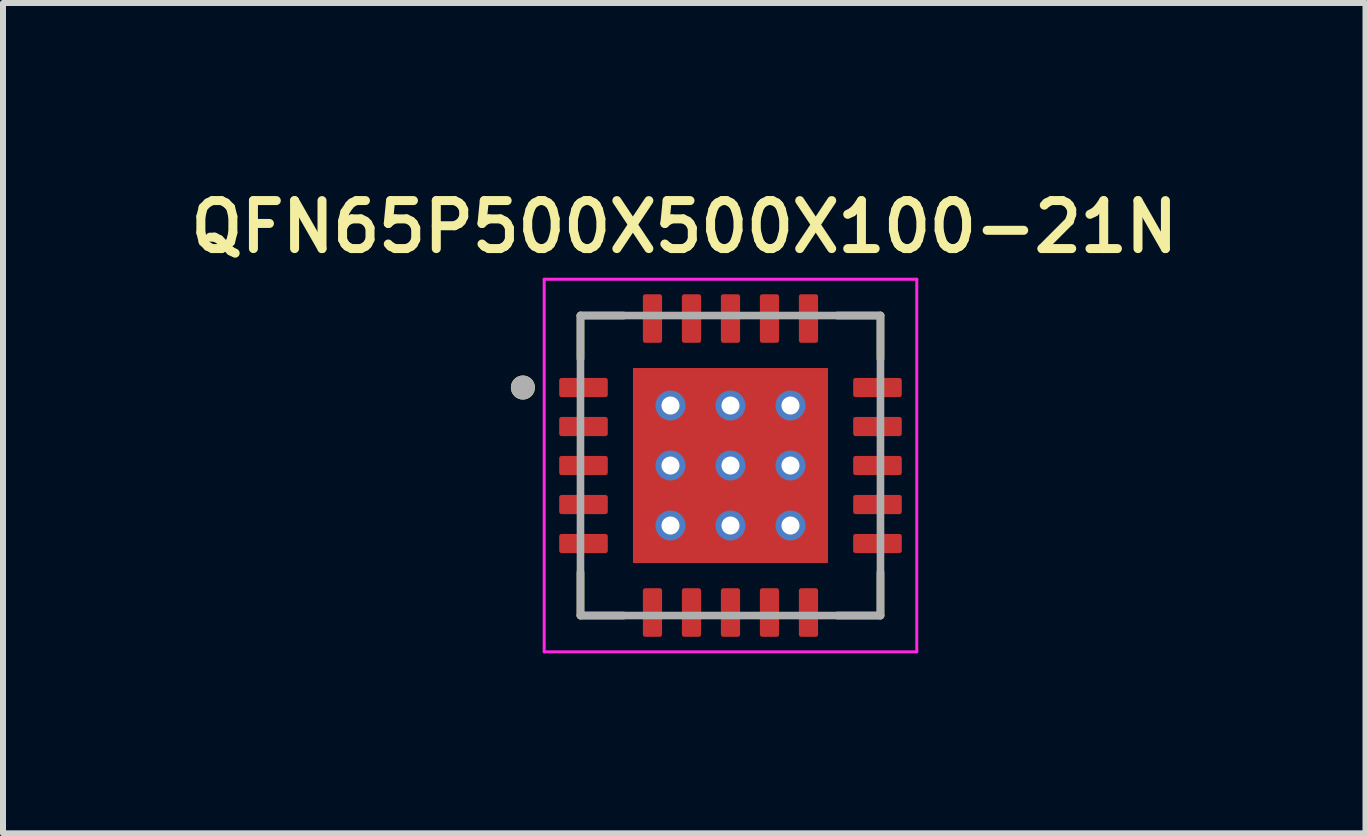
<source format=kicad_pcb>
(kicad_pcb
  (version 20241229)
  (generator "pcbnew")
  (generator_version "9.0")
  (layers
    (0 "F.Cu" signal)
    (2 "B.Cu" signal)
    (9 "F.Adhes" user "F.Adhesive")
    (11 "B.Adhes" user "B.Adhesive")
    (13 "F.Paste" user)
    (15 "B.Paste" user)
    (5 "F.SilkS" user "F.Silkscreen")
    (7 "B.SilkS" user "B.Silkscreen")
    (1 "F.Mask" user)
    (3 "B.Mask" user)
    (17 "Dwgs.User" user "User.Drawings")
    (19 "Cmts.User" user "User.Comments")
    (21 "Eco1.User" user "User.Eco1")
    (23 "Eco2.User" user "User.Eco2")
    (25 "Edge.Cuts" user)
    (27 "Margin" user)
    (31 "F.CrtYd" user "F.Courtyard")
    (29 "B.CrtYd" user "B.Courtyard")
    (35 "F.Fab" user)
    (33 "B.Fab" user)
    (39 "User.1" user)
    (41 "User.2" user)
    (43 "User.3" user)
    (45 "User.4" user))
  (footprint "QFN65P500X500X100-21N"
    (layer "F.Cu")
    (at 9.125 4.709)
    (property "Reference" "QFN65P500X500X100-21N" (at -0.77 -3.978 0) (layer "F.SilkS") (effects (font (size 0.8 0.8) (thickness 0.15))))
    (attr smd)
    (fp_line (start -2.5 -2.5) (end -2.5 -1.78) (stroke (width 0.127) (type solid)) (layer "F.SilkS"))
    (fp_line (start -2.5 -2.5) (end -1.78 -2.5) (stroke (width 0.127) (type solid)) (layer "F.SilkS"))
    (fp_line (start -2.5 2.5) (end -2.5 1.78) (stroke (width 0.127) (type solid)) (layer "F.SilkS"))
    (fp_line (start -2.5 2.5) (end -1.78 2.5) (stroke (width 0.127) (type solid)) (layer "F.SilkS"))
    (fp_line (start 2.5 -2.5) (end 1.78 -2.5) (stroke (width 0.127) (type solid)) (layer "F.SilkS"))
    (fp_line (start 2.5 -2.5) (end 2.5 -1.78) (stroke (width 0.127) (type solid)) (layer "F.SilkS"))
    (fp_line (start 2.5 2.5) (end 1.78 2.5) (stroke (width 0.127) (type solid)) (layer "F.SilkS"))
    (fp_line (start 2.5 2.5) (end 2.5 1.78) (stroke (width 0.127) (type solid)) (layer "F.SilkS"))
    (fp_circle (center -3.46 -1.3) (end -3.36 -1.3) (stroke (width 0.2) (type solid)) (fill no) (layer "F.SilkS"))
    (fp_poly (pts (xy -1.15 -1.15) (xy 1.15 -1.15) (xy 1.15 1.15) (xy -1.15 1.15)) (stroke (width 0.01) (type solid)) (fill yes) (layer "F.Paste"))
    (fp_line (start -3.105 -3.105) (end 3.105 -3.105) (stroke (width 0.05) (type solid)) (layer "F.CrtYd"))
    (fp_line (start -3.105 3.105) (end -3.105 -3.105) (stroke (width 0.05) (type solid)) (layer "F.CrtYd"))
    (fp_line (start -3.105 3.105) (end 3.105 3.105) (stroke (width 0.05) (type solid)) (layer "F.CrtYd"))
    (fp_line (start 3.105 3.105) (end 3.105 -3.105) (stroke (width 0.05) (type solid)) (layer "F.CrtYd"))
    (fp_line (start -2.5 2.5) (end -2.5 -2.5) (stroke (width 0.127) (type solid)) (layer "F.Fab"))
    (fp_line (start 2.5 -2.5) (end -2.5 -2.5) (stroke (width 0.127) (type solid)) (layer "F.Fab"))
    (fp_line (start 2.5 2.5) (end -2.5 2.5) (stroke (width 0.127) (type solid)) (layer "F.Fab"))
    (fp_line (start 2.5 2.5) (end 2.5 -2.5) (stroke (width 0.127) (type solid)) (layer "F.Fab"))
    (fp_circle (center -3.46 -1.3) (end -3.36 -1.3) (stroke (width 0.2) (type solid)) (fill no) (layer "F.Fab"))
    (pad "1" smd roundrect (at -2.45 -1.3) (size 0.81 0.32) (layers "F.Cu" "F.Mask" "F.Paste") (roundrect_rratio 0.125))
    (pad "2" smd roundrect (at -2.45 -0.65) (size 0.81 0.32) (layers "F.Cu" "F.Mask" "F.Paste") (roundrect_rratio 0.125))
    (pad "3" smd roundrect (at -2.45 0) (size 0.81 0.32) (layers "F.Cu" "F.Mask" "F.Paste") (roundrect_rratio 0.125))
    (pad "4" smd roundrect (at -2.45 0.65) (size 0.81 0.32) (layers "F.Cu" "F.Mask" "F.Paste") (roundrect_rratio 0.125))
    (pad "5" smd roundrect (at -2.45 1.3) (size 0.81 0.32) (layers "F.Cu" "F.Mask" "F.Paste") (roundrect_rratio 0.125))
    (pad "6" smd roundrect (at -1.3 2.45) (size 0.32 0.81) (layers "F.Cu" "F.Mask" "F.Paste") (roundrect_rratio 0.125))
    (pad "7" smd roundrect (at -0.65 2.45) (size 0.32 0.81) (layers "F.Cu" "F.Mask" "F.Paste") (roundrect_rratio 0.125))
    (pad "8" smd roundrect (at 0 2.45) (size 0.32 0.81) (layers "F.Cu" "F.Mask" "F.Paste") (roundrect_rratio 0.125))
    (pad "9" smd roundrect (at 0.65 2.45) (size 0.32 0.81) (layers "F.Cu" "F.Mask" "F.Paste") (roundrect_rratio 0.125))
    (pad "10" smd roundrect (at 1.3 2.45) (size 0.32 0.81) (layers "F.Cu" "F.Mask" "F.Paste") (roundrect_rratio 0.125))
    (pad "11" smd roundrect (at 2.45 1.3) (size 0.81 0.32) (layers "F.Cu" "F.Mask" "F.Paste") (roundrect_rratio 0.125))
    (pad "12" smd roundrect (at 2.45 0.65) (size 0.81 0.32) (layers "F.Cu" "F.Mask" "F.Paste") (roundrect_rratio 0.125))
    (pad "13" smd roundrect (at 2.45 0) (size 0.81 0.32) (layers "F.Cu" "F.Mask" "F.Paste") (roundrect_rratio 0.125))
    (pad "14" smd roundrect (at 2.45 -0.65) (size 0.81 0.32) (layers "F.Cu" "F.Mask" "F.Paste") (roundrect_rratio 0.125))
    (pad "15" smd roundrect (at 2.45 -1.3) (size 0.81 0.32) (layers "F.Cu" "F.Mask" "F.Paste") (roundrect_rratio 0.125))
    (pad "16" smd roundrect (at 1.3 -2.45) (size 0.32 0.81) (layers "F.Cu" "F.Mask" "F.Paste") (roundrect_rratio 0.125))
    (pad "17" smd roundrect (at 0.65 -2.45) (size 0.32 0.81) (layers "F.Cu" "F.Mask" "F.Paste") (roundrect_rratio 0.125))
    (pad "18" smd roundrect (at 0 -2.45) (size 0.32 0.81) (layers "F.Cu" "F.Mask" "F.Paste") (roundrect_rratio 0.125))
    (pad "19" smd roundrect (at -0.65 -2.45) (size 0.32 0.81) (layers "F.Cu" "F.Mask" "F.Paste") (roundrect_rratio 0.125))
    (pad "20" smd roundrect (at -1.3 -2.45) (size 0.32 0.81) (layers "F.Cu" "F.Mask" "F.Paste") (roundrect_rratio 0.125))
    (pad "21" smd rect (at 0 0) (size 3.25 3.25) (layers "F.Cu" "F.Mask"))
    (pad "22" thru_hole circle (at -1 -1) (size 0.5 0.5) (drill 0.3) (layers "*.Cu" "*.Mask"))
    (pad "23" thru_hole circle (at 0 -1) (size 0.5 0.5) (drill 0.3) (layers "*.Cu" "*.Mask"))
    (pad "24" thru_hole circle (at 1 -1) (size 0.5 0.5) (drill 0.3) (layers "*.Cu" "*.Mask"))
    (pad "25" thru_hole circle (at -1 0) (size 0.5 0.5) (drill 0.3) (layers "*.Cu" "*.Mask"))
    (pad "26" thru_hole circle (at 0 0) (size 0.5 0.5) (drill 0.3) (layers "*.Cu" "*.Mask"))
    (pad "27" thru_hole circle (at 1 0) (size 0.5 0.5) (drill 0.3) (layers "*.Cu" "*.Mask"))
    (pad "28" thru_hole circle (at -1 1) (size 0.5 0.5) (drill 0.3) (layers "*.Cu" "*.Mask"))
    (pad "29" thru_hole circle (at 0 1) (size 0.5 0.5) (drill 0.3) (layers "*.Cu" "*.Mask"))
    (pad "30" thru_hole circle (at 1 1) (size 0.5 0.5) (drill 0.3) (layers "*.Cu" "*.Mask")))
  (gr_rect
    (start -3 -3)
    (end 19.709 10.839)
    (stroke (width 0.1) (type default))
    (fill no)
    (layer "Edge.Cuts")))
</source>
